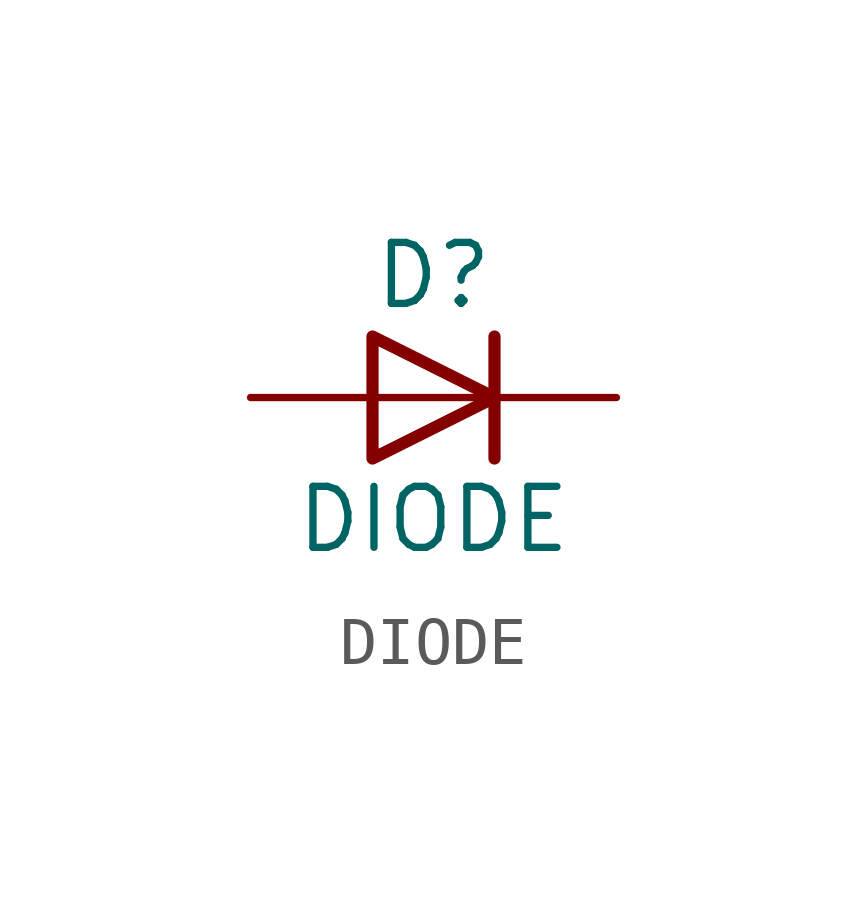
<source format=kicad_sym>
(kicad_symbol_lib
  (version 20231120)
  (generator "kicad_symbol_editor")
  (generator_version "8.0")
  (symbol "DIODE"
    (pin_numbers hide)
    (pin_names
      (offset 1.016) hide)
    (property "Reference" "D"
      (at 0 2.54 0)
      (effects (font (size 1.27 1.27))))
    (property "Value" "DIODE"
      (at 0 -2.54 0)
      (effects (font (size 1.27 1.27))))
    (symbol "DIODE_0_1"
      (polyline (pts (xy 1.27 0) (xy -1.27 0)) (stroke (width 0) (type default)) (fill (type none)))
      (polyline (pts (xy 1.27 1.27) (xy 1.27 -1.27)) (stroke (width 0.254) (type default)) (fill (type none)))
      (polyline (pts (xy -1.27 -1.27) (xy -1.27 1.27) (xy 1.27 0) (xy -1.27 -1.27)) (stroke (width 0.254) (type default)) (fill (type none))))
    (symbol "DIODE_1_1"
      (pin passive line (at -3.81 0 0) (length 2.54) (name "A" (effects (font (size 1.27 1.27)))) (number "1" (effects (font (size 1.27 1.27)))))
      (pin passive line (at 3.81 0 180) (length 2.54) (name "K" (effects (font (size 1.27 1.27)))) (number "2" (effects (font (size 1.27 1.27))))))))
</source>
